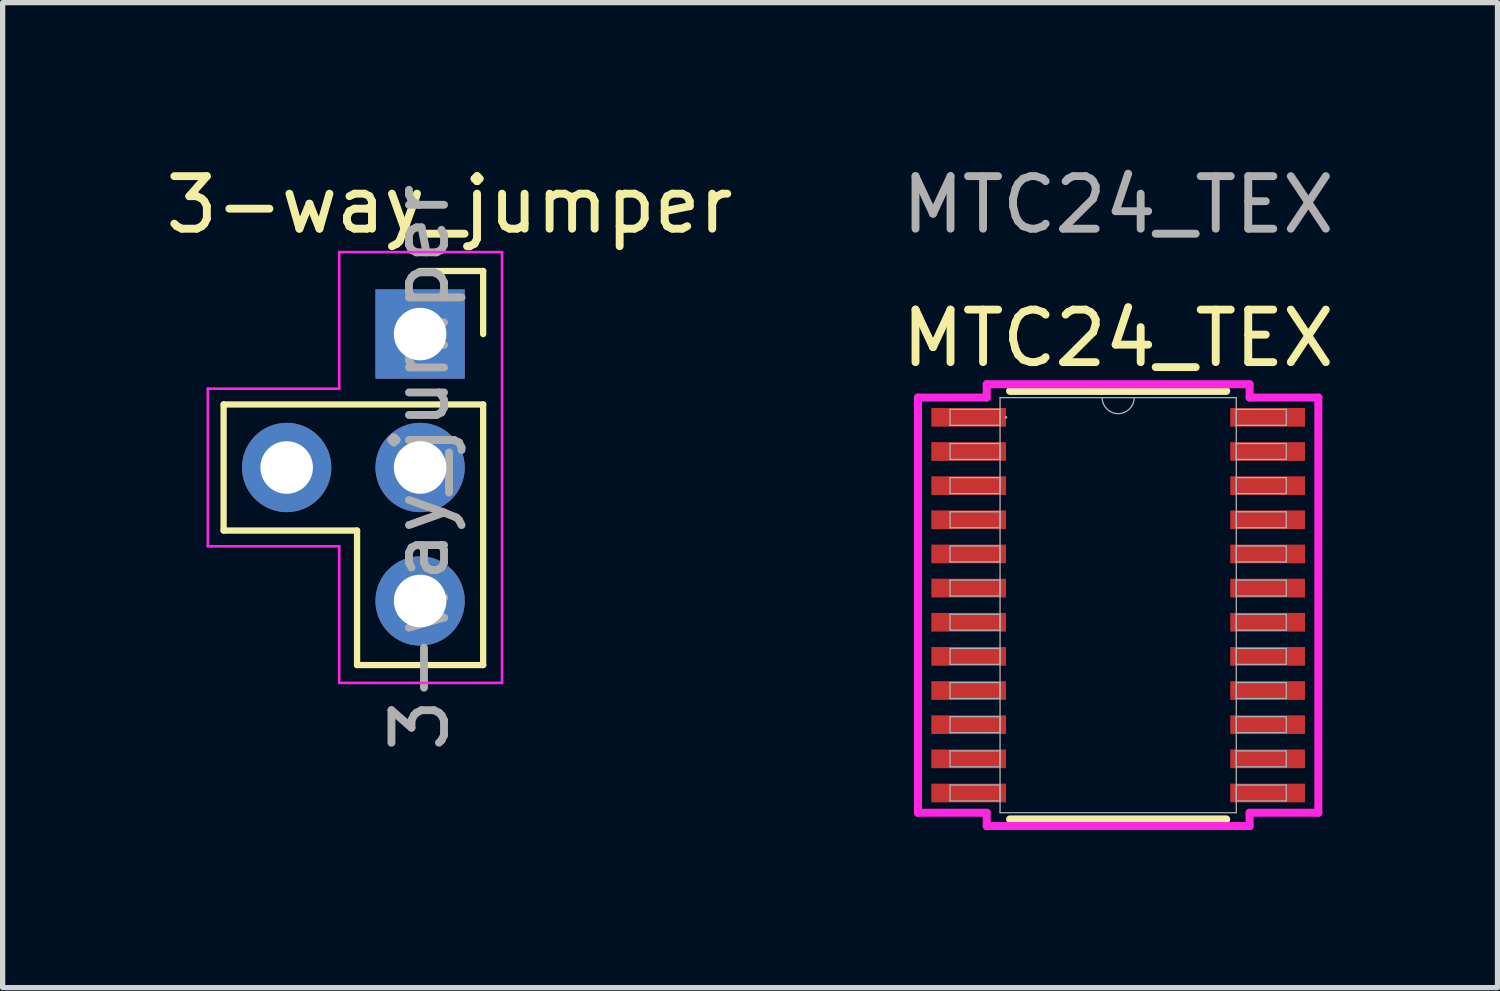
<source format=kicad_pcb>
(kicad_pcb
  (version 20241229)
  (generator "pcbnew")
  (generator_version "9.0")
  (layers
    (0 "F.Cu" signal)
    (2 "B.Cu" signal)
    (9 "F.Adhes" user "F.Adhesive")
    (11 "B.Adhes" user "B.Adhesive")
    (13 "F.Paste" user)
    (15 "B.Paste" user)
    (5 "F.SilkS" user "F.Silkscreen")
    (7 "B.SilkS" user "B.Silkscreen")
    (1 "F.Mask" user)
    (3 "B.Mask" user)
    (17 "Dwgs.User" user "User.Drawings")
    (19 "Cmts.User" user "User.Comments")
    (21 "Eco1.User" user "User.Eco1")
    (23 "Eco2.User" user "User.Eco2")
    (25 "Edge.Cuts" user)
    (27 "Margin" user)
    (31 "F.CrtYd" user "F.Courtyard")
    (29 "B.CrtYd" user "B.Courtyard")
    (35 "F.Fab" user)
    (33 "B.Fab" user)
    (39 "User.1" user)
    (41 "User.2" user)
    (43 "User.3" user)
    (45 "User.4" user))
  (footprint "MTC24_TEX"
    (layer "F.Cu")
    (at 18.232 8.468)
    (property "Reference" "MTC24_TEX" (at 0 -5.08 0) (unlocked yes) (layer "F.SilkS") (effects (font (size 1 1) (thickness 0.15))))
    (attr smd)
    (fp_line (start -2.057 4.077) (end 2.057 4.077) (stroke (width 0.152) (type solid)) (layer "F.SilkS"))
    (fp_line (start 2.057 -4.077) (end -2.057 -4.077) (stroke (width 0.152) (type solid)) (layer "F.SilkS"))
    (fp_line (start -3.81 -3.951) (end -2.502 -3.951) (stroke (width 0.152) (type solid)) (layer "F.CrtYd"))
    (fp_line (start -3.81 3.951) (end -3.81 -3.951) (stroke (width 0.152) (type solid)) (layer "F.CrtYd"))
    (fp_line (start -3.81 3.951) (end -2.502 3.951) (stroke (width 0.152) (type solid)) (layer "F.CrtYd"))
    (fp_line (start -2.502 -4.204) (end 2.502 -4.204) (stroke (width 0.152) (type solid)) (layer "F.CrtYd"))
    (fp_line (start -2.502 -3.951) (end -2.502 -4.204) (stroke (width 0.152) (type solid)) (layer "F.CrtYd"))
    (fp_line (start -2.502 4.204) (end -2.502 3.951) (stroke (width 0.152) (type solid)) (layer "F.CrtYd"))
    (fp_line (start 2.502 -4.204) (end 2.502 -3.951) (stroke (width 0.152) (type solid)) (layer "F.CrtYd"))
    (fp_line (start 2.502 3.951) (end 2.502 4.204) (stroke (width 0.152) (type solid)) (layer "F.CrtYd"))
    (fp_line (start 2.502 4.204) (end -2.502 4.204) (stroke (width 0.152) (type solid)) (layer "F.CrtYd"))
    (fp_line (start 3.81 -3.951) (end 2.502 -3.951) (stroke (width 0.152) (type solid)) (layer "F.CrtYd"))
    (fp_line (start 3.81 -3.951) (end 3.81 3.951) (stroke (width 0.152) (type solid)) (layer "F.CrtYd"))
    (fp_line (start 3.81 3.951) (end 2.502 3.951) (stroke (width 0.152) (type solid)) (layer "F.CrtYd"))
    (fp_line (start -3.2 -3.727) (end -3.2 -3.423) (stroke (width 0.025) (type solid)) (layer "F.Fab"))
    (fp_line (start -3.2 -3.423) (end -2.248 -3.423) (stroke (width 0.025) (type solid)) (layer "F.Fab"))
    (fp_line (start -3.2 -3.077) (end -3.2 -2.773) (stroke (width 0.025) (type solid)) (layer "F.Fab"))
    (fp_line (start -3.2 -2.773) (end -2.248 -2.773) (stroke (width 0.025) (type solid)) (layer "F.Fab"))
    (fp_line (start -3.2 -2.427) (end -3.2 -2.123) (stroke (width 0.025) (type solid)) (layer "F.Fab"))
    (fp_line (start -3.2 -2.123) (end -2.248 -2.123) (stroke (width 0.025) (type solid)) (layer "F.Fab"))
    (fp_line (start -3.2 -1.777) (end -3.2 -1.473) (stroke (width 0.025) (type solid)) (layer "F.Fab"))
    (fp_line (start -3.2 -1.473) (end -2.248 -1.473) (stroke (width 0.025) (type solid)) (layer "F.Fab"))
    (fp_line (start -3.2 -1.127) (end -3.2 -0.823) (stroke (width 0.025) (type solid)) (layer "F.Fab"))
    (fp_line (start -3.2 -0.823) (end -2.248 -0.823) (stroke (width 0.025) (type solid)) (layer "F.Fab"))
    (fp_line (start -3.2 -0.477) (end -3.2 -0.173) (stroke (width 0.025) (type solid)) (layer "F.Fab"))
    (fp_line (start -3.2 -0.173) (end -2.248 -0.173) (stroke (width 0.025) (type solid)) (layer "F.Fab"))
    (fp_line (start -3.2 0.173) (end -3.2 0.477) (stroke (width 0.025) (type solid)) (layer "F.Fab"))
    (fp_line (start -3.2 0.477) (end -2.248 0.477) (stroke (width 0.025) (type solid)) (layer "F.Fab"))
    (fp_line (start -3.2 0.823) (end -3.2 1.127) (stroke (width 0.025) (type solid)) (layer "F.Fab"))
    (fp_line (start -3.2 1.127) (end -2.248 1.127) (stroke (width 0.025) (type solid)) (layer "F.Fab"))
    (fp_line (start -3.2 1.473) (end -3.2 1.777) (stroke (width 0.025) (type solid)) (layer "F.Fab"))
    (fp_line (start -3.2 1.777) (end -2.248 1.777) (stroke (width 0.025) (type solid)) (layer "F.Fab"))
    (fp_line (start -3.2 2.123) (end -3.2 2.427) (stroke (width 0.025) (type solid)) (layer "F.Fab"))
    (fp_line (start -3.2 2.427) (end -2.248 2.427) (stroke (width 0.025) (type solid)) (layer "F.Fab"))
    (fp_line (start -3.2 2.773) (end -3.2 3.077) (stroke (width 0.025) (type solid)) (layer "F.Fab"))
    (fp_line (start -3.2 3.077) (end -2.248 3.077) (stroke (width 0.025) (type solid)) (layer "F.Fab"))
    (fp_line (start -3.2 3.423) (end -3.2 3.727) (stroke (width 0.025) (type solid)) (layer "F.Fab"))
    (fp_line (start -3.2 3.727) (end -2.248 3.727) (stroke (width 0.025) (type solid)) (layer "F.Fab"))
    (fp_line (start -2.248 -3.95) (end -2.248 3.95) (stroke (width 0.025) (type solid)) (layer "F.Fab"))
    (fp_line (start -2.248 -3.727) (end -3.2 -3.727) (stroke (width 0.025) (type solid)) (layer "F.Fab"))
    (fp_line (start -2.248 -3.423) (end -2.248 -3.727) (stroke (width 0.025) (type solid)) (layer "F.Fab"))
    (fp_line (start -2.248 -3.077) (end -3.2 -3.077) (stroke (width 0.025) (type solid)) (layer "F.Fab"))
    (fp_line (start -2.248 -2.773) (end -2.248 -3.077) (stroke (width 0.025) (type solid)) (layer "F.Fab"))
    (fp_line (start -2.248 -2.427) (end -3.2 -2.427) (stroke (width 0.025) (type solid)) (layer "F.Fab"))
    (fp_line (start -2.248 -2.123) (end -2.248 -2.427) (stroke (width 0.025) (type solid)) (layer "F.Fab"))
    (fp_line (start -2.248 -1.777) (end -3.2 -1.777) (stroke (width 0.025) (type solid)) (layer "F.Fab"))
    (fp_line (start -2.248 -1.473) (end -2.248 -1.777) (stroke (width 0.025) (type solid)) (layer "F.Fab"))
    (fp_line (start -2.248 -1.127) (end -3.2 -1.127) (stroke (width 0.025) (type solid)) (layer "F.Fab"))
    (fp_line (start -2.248 -0.823) (end -2.248 -1.127) (stroke (width 0.025) (type solid)) (layer "F.Fab"))
    (fp_line (start -2.248 -0.477) (end -3.2 -0.477) (stroke (width 0.025) (type solid)) (layer "F.Fab"))
    (fp_line (start -2.248 -0.173) (end -2.248 -0.477) (stroke (width 0.025) (type solid)) (layer "F.Fab"))
    (fp_line (start -2.248 0.173) (end -3.2 0.173) (stroke (width 0.025) (type solid)) (layer "F.Fab"))
    (fp_line (start -2.248 0.477) (end -2.248 0.173) (stroke (width 0.025) (type solid)) (layer "F.Fab"))
    (fp_line (start -2.248 0.823) (end -3.2 0.823) (stroke (width 0.025) (type solid)) (layer "F.Fab"))
    (fp_line (start -2.248 1.127) (end -2.248 0.823) (stroke (width 0.025) (type solid)) (layer "F.Fab"))
    (fp_line (start -2.248 1.473) (end -3.2 1.473) (stroke (width 0.025) (type solid)) (layer "F.Fab"))
    (fp_line (start -2.248 1.777) (end -2.248 1.473) (stroke (width 0.025) (type solid)) (layer "F.Fab"))
    (fp_line (start -2.248 2.123) (end -3.2 2.123) (stroke (width 0.025) (type solid)) (layer "F.Fab"))
    (fp_line (start -2.248 2.427) (end -2.248 2.123) (stroke (width 0.025) (type solid)) (layer "F.Fab"))
    (fp_line (start -2.248 2.773) (end -3.2 2.773) (stroke (width 0.025) (type solid)) (layer "F.Fab"))
    (fp_line (start -2.248 3.077) (end -2.248 2.773) (stroke (width 0.025) (type solid)) (layer "F.Fab"))
    (fp_line (start -2.248 3.423) (end -3.2 3.423) (stroke (width 0.025) (type solid)) (layer "F.Fab"))
    (fp_line (start -2.248 3.727) (end -2.248 3.423) (stroke (width 0.025) (type solid)) (layer "F.Fab"))
    (fp_line (start -2.248 3.95) (end 2.248 3.95) (stroke (width 0.025) (type solid)) (layer "F.Fab"))
    (fp_line (start 2.248 -3.95) (end -2.248 -3.95) (stroke (width 0.025) (type solid)) (layer "F.Fab"))
    (fp_line (start 2.248 -3.727) (end 2.248 -3.423) (stroke (width 0.025) (type solid)) (layer "F.Fab"))
    (fp_line (start 2.248 -3.423) (end 3.2 -3.423) (stroke (width 0.025) (type solid)) (layer "F.Fab"))
    (fp_line (start 2.248 -3.077) (end 2.248 -2.773) (stroke (width 0.025) (type solid)) (layer "F.Fab"))
    (fp_line (start 2.248 -2.773) (end 3.2 -2.773) (stroke (width 0.025) (type solid)) (layer "F.Fab"))
    (fp_line (start 2.248 -2.427) (end 2.248 -2.123) (stroke (width 0.025) (type solid)) (layer "F.Fab"))
    (fp_line (start 2.248 -2.123) (end 3.2 -2.123) (stroke (width 0.025) (type solid)) (layer "F.Fab"))
    (fp_line (start 2.248 -1.777) (end 2.248 -1.473) (stroke (width 0.025) (type solid)) (layer "F.Fab"))
    (fp_line (start 2.248 -1.473) (end 3.2 -1.473) (stroke (width 0.025) (type solid)) (layer "F.Fab"))
    (fp_line (start 2.248 -1.127) (end 2.248 -0.823) (stroke (width 0.025) (type solid)) (layer "F.Fab"))
    (fp_line (start 2.248 -0.823) (end 3.2 -0.823) (stroke (width 0.025) (type solid)) (layer "F.Fab"))
    (fp_line (start 2.248 -0.477) (end 2.248 -0.173) (stroke (width 0.025) (type solid)) (layer "F.Fab"))
    (fp_line (start 2.248 -0.173) (end 3.2 -0.173) (stroke (width 0.025) (type solid)) (layer "F.Fab"))
    (fp_line (start 2.248 0.173) (end 2.248 0.477) (stroke (width 0.025) (type solid)) (layer "F.Fab"))
    (fp_line (start 2.248 0.477) (end 3.2 0.477) (stroke (width 0.025) (type solid)) (layer "F.Fab"))
    (fp_line (start 2.248 0.823) (end 2.248 1.127) (stroke (width 0.025) (type solid)) (layer "F.Fab"))
    (fp_line (start 2.248 1.127) (end 3.2 1.127) (stroke (width 0.025) (type solid)) (layer "F.Fab"))
    (fp_line (start 2.248 1.473) (end 2.248 1.777) (stroke (width 0.025) (type solid)) (layer "F.Fab"))
    (fp_line (start 2.248 1.777) (end 3.2 1.777) (stroke (width 0.025) (type solid)) (layer "F.Fab"))
    (fp_line (start 2.248 2.123) (end 2.248 2.427) (stroke (width 0.025) (type solid)) (layer "F.Fab"))
    (fp_line (start 2.248 2.427) (end 3.2 2.427) (stroke (width 0.025) (type solid)) (layer "F.Fab"))
    (fp_line (start 2.248 2.773) (end 2.248 3.077) (stroke (width 0.025) (type solid)) (layer "F.Fab"))
    (fp_line (start 2.248 3.077) (end 3.2 3.077) (stroke (width 0.025) (type solid)) (layer "F.Fab"))
    (fp_line (start 2.248 3.423) (end 2.248 3.727) (stroke (width 0.025) (type solid)) (layer "F.Fab"))
    (fp_line (start 2.248 3.727) (end 3.2 3.727) (stroke (width 0.025) (type solid)) (layer "F.Fab"))
    (fp_line (start 2.248 3.95) (end 2.248 -3.95) (stroke (width 0.025) (type solid)) (layer "F.Fab"))
    (fp_line (start 3.2 -3.727) (end 2.248 -3.727) (stroke (width 0.025) (type solid)) (layer "F.Fab"))
    (fp_line (start 3.2 -3.423) (end 3.2 -3.727) (stroke (width 0.025) (type solid)) (layer "F.Fab"))
    (fp_line (start 3.2 -3.077) (end 2.248 -3.077) (stroke (width 0.025) (type solid)) (layer "F.Fab"))
    (fp_line (start 3.2 -2.773) (end 3.2 -3.077) (stroke (width 0.025) (type solid)) (layer "F.Fab"))
    (fp_line (start 3.2 -2.427) (end 2.248 -2.427) (stroke (width 0.025) (type solid)) (layer "F.Fab"))
    (fp_line (start 3.2 -2.123) (end 3.2 -2.427) (stroke (width 0.025) (type solid)) (layer "F.Fab"))
    (fp_line (start 3.2 -1.777) (end 2.248 -1.777) (stroke (width 0.025) (type solid)) (layer "F.Fab"))
    (fp_line (start 3.2 -1.473) (end 3.2 -1.777) (stroke (width 0.025) (type solid)) (layer "F.Fab"))
    (fp_line (start 3.2 -1.127) (end 2.248 -1.127) (stroke (width 0.025) (type solid)) (layer "F.Fab"))
    (fp_line (start 3.2 -0.823) (end 3.2 -1.127) (stroke (width 0.025) (type solid)) (layer "F.Fab"))
    (fp_line (start 3.2 -0.477) (end 2.248 -0.477) (stroke (width 0.025) (type solid)) (layer "F.Fab"))
    (fp_line (start 3.2 -0.173) (end 3.2 -0.477) (stroke (width 0.025) (type solid)) (layer "F.Fab"))
    (fp_line (start 3.2 0.173) (end 2.248 0.173) (stroke (width 0.025) (type solid)) (layer "F.Fab"))
    (fp_line (start 3.2 0.477) (end 3.2 0.173) (stroke (width 0.025) (type solid)) (layer "F.Fab"))
    (fp_line (start 3.2 0.823) (end 2.248 0.823) (stroke (width 0.025) (type solid)) (layer "F.Fab"))
    (fp_line (start 3.2 1.127) (end 3.2 0.823) (stroke (width 0.025) (type solid)) (layer "F.Fab"))
    (fp_line (start 3.2 1.473) (end 2.248 1.473) (stroke (width 0.025) (type solid)) (layer "F.Fab"))
    (fp_line (start 3.2 1.777) (end 3.2 1.473) (stroke (width 0.025) (type solid)) (layer "F.Fab"))
    (fp_line (start 3.2 2.123) (end 2.248 2.123) (stroke (width 0.025) (type solid)) (layer "F.Fab"))
    (fp_line (start 3.2 2.427) (end 3.2 2.123) (stroke (width 0.025) (type solid)) (layer "F.Fab"))
    (fp_line (start 3.2 2.773) (end 2.248 2.773) (stroke (width 0.025) (type solid)) (layer "F.Fab"))
    (fp_line (start 3.2 3.077) (end 3.2 2.773) (stroke (width 0.025) (type solid)) (layer "F.Fab"))
    (fp_line (start 3.2 3.423) (end 2.248 3.423) (stroke (width 0.025) (type solid)) (layer "F.Fab"))
    (fp_line (start 3.2 3.727) (end 3.2 3.423) (stroke (width 0.025) (type solid)) (layer "F.Fab"))
    (fp_arc (start 0.3048 -3.9497) (mid 0 -3.6449) (end -0.3048 -3.9497) (stroke (width 0.0254) (type solid)) (layer "F.Fab"))
    (fp_circle (center -2.134 -3.575) (end -2.134 -3.575) (stroke (width 0.025) (type solid)) (fill no) (layer "F.Fab"))
    (fp_text user "${REFERENCE}" (at 0 -7.62 0) (unlocked yes) (layer "F.Fab") (effects (font (size 1 1) (thickness 0.15))))
    (pad "1" smd rect (at -2.845 -3.575) (size 1.422 0.356) (layers "F.Cu" "F.Mask" "F.Paste"))
    (pad "2" smd rect (at -2.845 -2.925) (size 1.422 0.356) (layers "F.Cu" "F.Mask" "F.Paste"))
    (pad "3" smd rect (at -2.845 -2.275) (size 1.422 0.356) (layers "F.Cu" "F.Mask" "F.Paste"))
    (pad "4" smd rect (at -2.845 -1.625) (size 1.422 0.356) (layers "F.Cu" "F.Mask" "F.Paste"))
    (pad "5" smd rect (at -2.845 -0.975) (size 1.422 0.356) (layers "F.Cu" "F.Mask" "F.Paste"))
    (pad "6" smd rect (at -2.845 -0.325) (size 1.422 0.356) (layers "F.Cu" "F.Mask" "F.Paste"))
    (pad "7" smd rect (at -2.845 0.325) (size 1.422 0.356) (layers "F.Cu" "F.Mask" "F.Paste"))
    (pad "8" smd rect (at -2.845 0.975) (size 1.422 0.356) (layers "F.Cu" "F.Mask" "F.Paste"))
    (pad "9" smd rect (at -2.845 1.625) (size 1.422 0.356) (layers "F.Cu" "F.Mask" "F.Paste"))
    (pad "10" smd rect (at -2.845 2.275) (size 1.422 0.356) (layers "F.Cu" "F.Mask" "F.Paste"))
    (pad "11" smd rect (at -2.845 2.925) (size 1.422 0.356) (layers "F.Cu" "F.Mask" "F.Paste"))
    (pad "12" smd rect (at -2.845 3.575) (size 1.422 0.356) (layers "F.Cu" "F.Mask" "F.Paste"))
    (pad "13" smd rect (at 2.845 3.575) (size 1.422 0.356) (layers "F.Cu" "F.Mask" "F.Paste"))
    (pad "14" smd rect (at 2.845 2.925) (size 1.422 0.356) (layers "F.Cu" "F.Mask" "F.Paste"))
    (pad "15" smd rect (at 2.845 2.275) (size 1.422 0.356) (layers "F.Cu" "F.Mask" "F.Paste"))
    (pad "16" smd rect (at 2.845 1.625) (size 1.422 0.356) (layers "F.Cu" "F.Mask" "F.Paste"))
    (pad "17" smd rect (at 2.845 0.975) (size 1.422 0.356) (layers "F.Cu" "F.Mask" "F.Paste"))
    (pad "18" smd rect (at 2.845 0.325) (size 1.422 0.356) (layers "F.Cu" "F.Mask" "F.Paste"))
    (pad "19" smd rect (at 2.845 -0.325) (size 1.422 0.356) (layers "F.Cu" "F.Mask" "F.Paste"))
    (pad "20" smd rect (at 2.845 -0.975) (size 1.422 0.356) (layers "F.Cu" "F.Mask" "F.Paste"))
    (pad "21" smd rect (at 2.845 -1.625) (size 1.422 0.356) (layers "F.Cu" "F.Mask" "F.Paste"))
    (pad "22" smd rect (at 2.845 -2.275) (size 1.422 0.356) (layers "F.Cu" "F.Mask" "F.Paste"))
    (pad "23" smd rect (at 2.845 -2.925) (size 1.422 0.356) (layers "F.Cu" "F.Mask" "F.Paste"))
    (pad "24" smd rect (at 2.845 -3.575) (size 1.422 0.356) (layers "F.Cu" "F.Mask" "F.Paste")))
  (footprint "3-way_jumper"
    (layer "F.Cu")
    (at 4.946 3.308)
    (property "Reference" "3-way_jumper" (at 0.56 -2.46 0) (unlocked yes) (layer "F.SilkS") (effects (font (size 1 1) (thickness 0.15))))
    (attr through_hole)
    (fp_line (start -3.74 1.34) (end 1.2 1.34) (stroke (width 0.12) (type default)) (layer "F.SilkS"))
    (fp_line (start -3.74 3.74) (end -3.74 1.34) (stroke (width 0.12) (type default)) (layer "F.SilkS"))
    (fp_line (start -1.2 3.74) (end -3.74 3.74) (stroke (width 0.12) (type default)) (layer "F.SilkS"))
    (fp_line (start -1.2 6.3) (end -1.2 3.74) (stroke (width 0.12) (type default)) (layer "F.SilkS"))
    (fp_line (start 0 -1.2) (end 1.2 -1.2) (stroke (width 0.12) (type default)) (layer "F.SilkS"))
    (fp_line (start 1.2 -1.2) (end 1.2 0) (stroke (width 0.12) (type default)) (layer "F.SilkS"))
    (fp_line (start 1.2 6.3) (end -1.2 6.3) (stroke (width 0.12) (type default)) (layer "F.SilkS"))
    (fp_line (start 1.2 6.3) (end 1.2 1.34) (stroke (width 0.12) (type default)) (layer "F.SilkS"))
    (fp_line (start -4.04 1.04) (end -1.54 1.04) (stroke (width 0.05) (type default)) (layer "F.CrtYd"))
    (fp_line (start -4.04 4.04) (end -4.04 1.04) (stroke (width 0.05) (type default)) (layer "F.CrtYd"))
    (fp_line (start -1.54 -1.56) (end 1.56 -1.56) (stroke (width 0.05) (type default)) (layer "F.CrtYd"))
    (fp_line (start -1.54 1.04) (end -1.54 -1.56) (stroke (width 0.05) (type default)) (layer "F.CrtYd"))
    (fp_line (start -1.54 4.04) (end -4.04 4.04) (stroke (width 0.05) (type default)) (layer "F.CrtYd"))
    (fp_line (start -1.54 6.64) (end -1.54 4.04) (stroke (width 0.05) (type default)) (layer "F.CrtYd"))
    (fp_line (start 1.56 -1.56) (end 1.56 6.64) (stroke (width 0.05) (type default)) (layer "F.CrtYd"))
    (fp_line (start 1.56 6.64) (end -1.54 6.64) (stroke (width 0.05) (type default)) (layer "F.CrtYd"))
    (fp_text user "${REFERENCE}" (at 0 2.54 90) (unlocked yes) (layer "F.Fab") (effects (font (size 1 1) (thickness 0.15))))
    (pad "1" thru_hole rect (at 0 0) (size 1.7 1.7) (drill 1) (layers "*.Cu" "*.Mask"))
    (pad "2" thru_hole circle (at 0 2.54) (size 1.7 1.7) (drill 1) (layers "*.Cu" "*.Mask"))
    (pad "3" thru_hole circle (at 0 5.08) (size 1.7 1.7) (drill 1) (layers "*.Cu" "*.Mask"))
    (pad "4" thru_hole circle (at -2.54 2.54) (size 1.7 1.7) (drill 1) (layers "*.Cu" "*.Mask")))
  (gr_rect
    (start -3 -3)
    (end 25.452 15.748)
    (stroke (width 0.1) (type default))
    (fill no)
    (layer "Edge.Cuts")))
</source>
